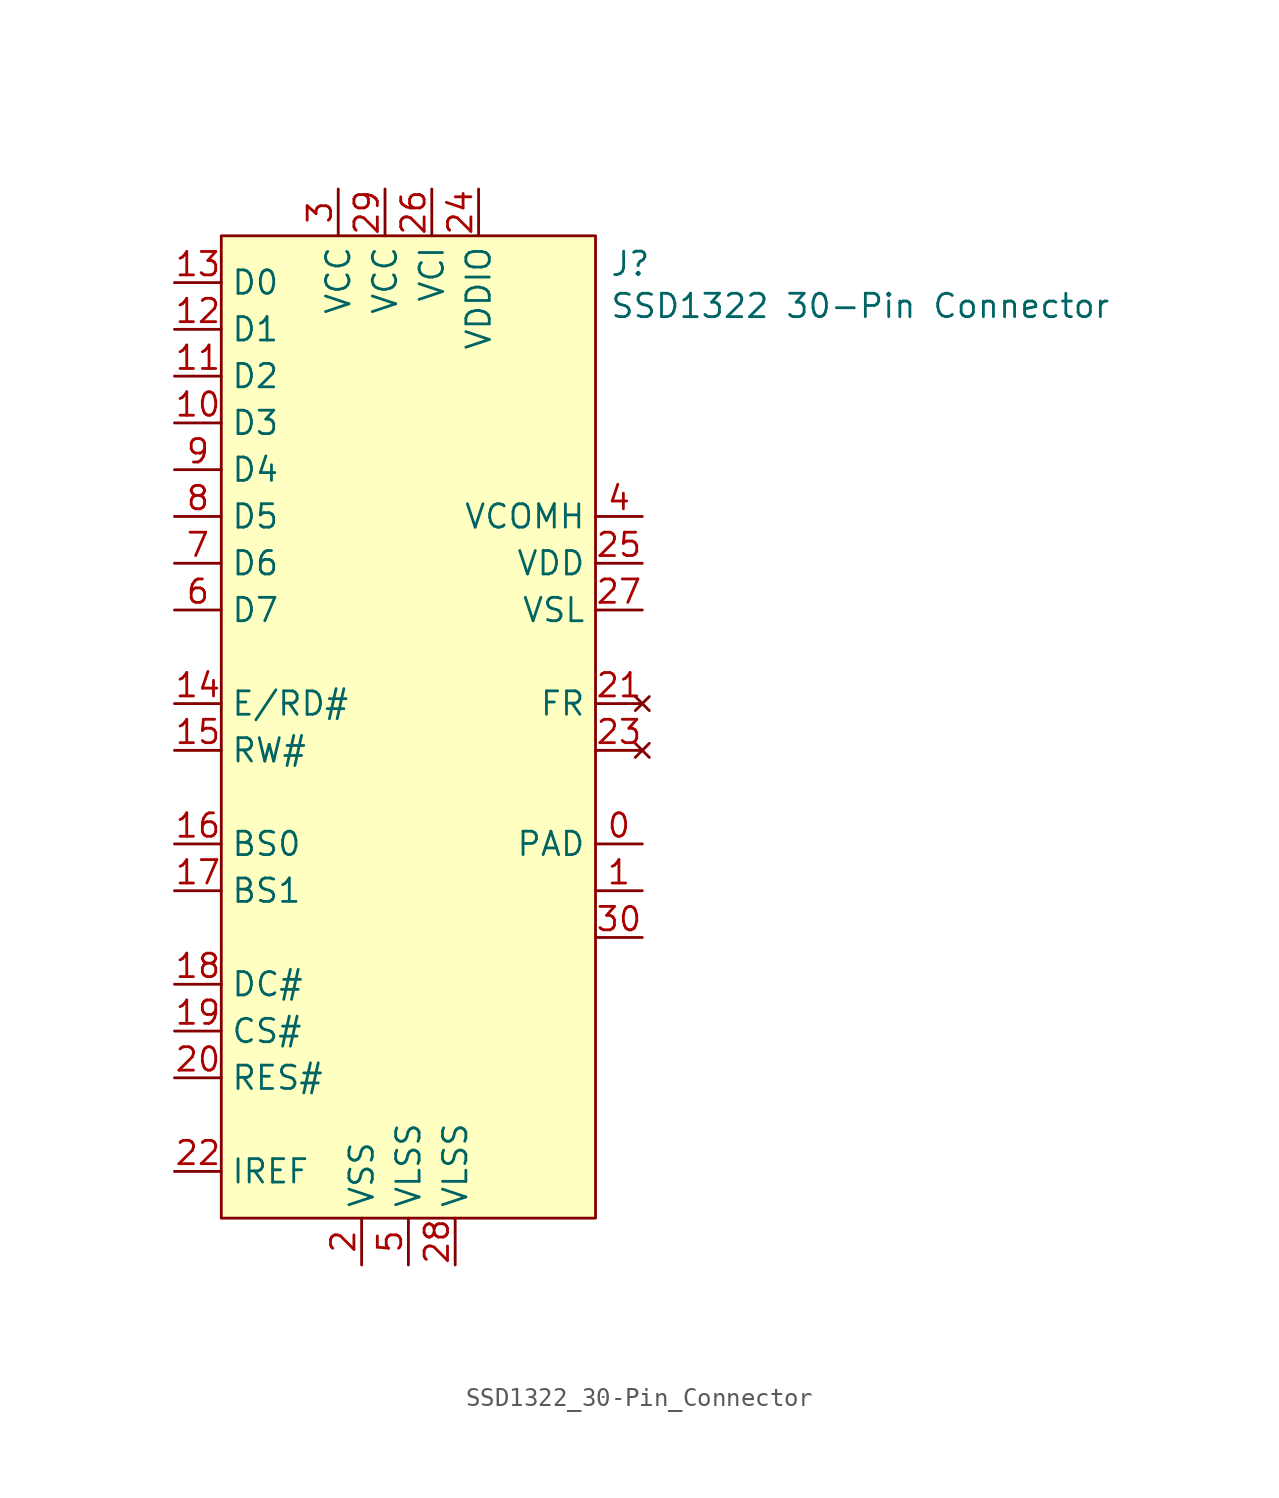
<source format=kicad_sym>
(kicad_symbol_lib
  (version 20241209)
  (generator "kicad_symbol_editor")
  (generator_version "9.0")
  (symbol "SSD1322_30-Pin_Connector"
    (property "Reference" "J"
      (at 10.922 25.146 0)
      (effects (font (size 1.27 1.27)) (justify left)))
    (property "Value" "SSD1322 30-Pin Connector"
      (at 10.922 22.86 0)
      (effects (font (size 1.27 1.27)) (justify left)))
    (symbol "SSD1322_30-Pin_Connector_0_0"
      (pin bidirectional line (at -12.7 24.13 0) (length 2.54) (name "D0" (effects (font (size 1.27 1.27)))) (number "13" (effects (font (size 1.27 1.27)))))
      (pin bidirectional line (at -12.7 21.59 0) (length 2.54) (name "D1" (effects (font (size 1.27 1.27)))) (number "12" (effects (font (size 1.27 1.27)))))
      (pin bidirectional line (at -12.7 19.05 0) (length 2.54) (name "D2" (effects (font (size 1.27 1.27)))) (number "11" (effects (font (size 1.27 1.27)))))
      (pin bidirectional line (at -12.7 16.51 0) (length 2.54) (name "D3" (effects (font (size 1.27 1.27)))) (number "10" (effects (font (size 1.27 1.27)))))
      (pin bidirectional line (at -12.7 13.97 0) (length 2.54) (name "D4" (effects (font (size 1.27 1.27)))) (number "9" (effects (font (size 1.27 1.27)))))
      (pin bidirectional line (at -12.7 11.43 0) (length 2.54) (name "D5" (effects (font (size 1.27 1.27)))) (number "8" (effects (font (size 1.27 1.27)))))
      (pin bidirectional line (at -12.7 8.89 0) (length 2.54) (name "D6" (effects (font (size 1.27 1.27)))) (number "7" (effects (font (size 1.27 1.27)))))
      (pin bidirectional line (at -12.7 6.35 0) (length 2.54) (name "D7" (effects (font (size 1.27 1.27)))) (number "6" (effects (font (size 1.27 1.27)))))
      (pin input line (at -12.7 1.27 0) (length 2.54) (name "E/RD#" (effects (font (size 1.27 1.27)))) (number "14" (effects (font (size 1.27 1.27)))))
      (pin input line (at -12.7 -1.27 0) (length 2.54) (name "RW#" (effects (font (size 1.27 1.27)))) (number "15" (effects (font (size 1.27 1.27)))))
      (pin input line (at -12.7 -6.35 0) (length 2.54) (name "BS0" (effects (font (size 1.27 1.27)))) (number "16" (effects (font (size 1.27 1.27)))))
      (pin input line (at -12.7 -8.89 0) (length 2.54) (name "BS1" (effects (font (size 1.27 1.27)))) (number "17" (effects (font (size 1.27 1.27)))))
      (pin input line (at -12.7 -13.97 0) (length 2.54) (name "DC#" (effects (font (size 1.27 1.27)))) (number "18" (effects (font (size 1.27 1.27)))))
      (pin input line (at -12.7 -16.51 0) (length 2.54) (name "CS#" (effects (font (size 1.27 1.27)))) (number "19" (effects (font (size 1.27 1.27)))))
      (pin input line (at -12.7 -19.05 0) (length 2.54) (name "RES#" (effects (font (size 1.27 1.27)))) (number "20" (effects (font (size 1.27 1.27)))))
      (pin input line (at -12.7 -24.13 0) (length 2.54) (name "IREF" (effects (font (size 1.27 1.27)))) (number "22" (effects (font (size 1.27 1.27)))))
      (pin power_in line (at -3.81 29.21 270) (length 2.54) (name "VCC" (effects (font (size 1.27 1.27)))) (number "3" (effects (font (size 1.27 1.27)))))
      (pin power_in line (at -2.54 -29.21 90) (length 2.54) (name "VSS" (effects (font (size 1.27 1.27)))) (number "2" (effects (font (size 1.27 1.27)))))
      (pin power_in line (at -1.27 29.21 270) (length 2.54) (name "VCC" (effects (font (size 1.27 1.27)))) (number "29" (effects (font (size 1.27 1.27)))))
      (pin power_in line (at 0 -29.21 90) (length 2.54) (name "VLSS" (effects (font (size 1.27 1.27)))) (number "5" (effects (font (size 1.27 1.27)))))
      (pin power_in line (at 1.27 29.21 270) (length 2.54) (name "VCI" (effects (font (size 1.27 1.27)))) (number "26" (effects (font (size 1.27 1.27)))))
      (pin power_in line (at 2.54 -29.21 90) (length 2.54) (name "VLSS" (effects (font (size 1.27 1.27)))) (number "28" (effects (font (size 1.27 1.27)))))
      (pin power_in line (at 3.81 29.21 270) (length 2.54) (name "VDDIO" (effects (font (size 1.27 1.27)))) (number "24" (effects (font (size 1.27 1.27)))))
      (pin power_out line (at 12.7 11.43 180) (length 2.54) (name "VCOMH" (effects (font (size 1.27 1.27)))) (number "4" (effects (font (size 1.27 1.27)))))
      (pin power_out line (at 12.7 8.89 180) (length 2.54) (name "VDD" (effects (font (size 1.27 1.27)))) (number "25" (effects (font (size 1.27 1.27)))))
      (pin power_out line (at 12.7 6.35 180) (length 2.54) (name "VSL" (effects (font (size 1.27 1.27)))) (number "27" (effects (font (size 1.27 1.27)))))
      (pin no_connect line (at 12.7 -1.27 180) (length 2.54) (name "" (effects (font (size 1.27 1.27)))) (number "23" (effects (font (size 1.27 1.27))))))
    (symbol "SSD1322_30-Pin_Connector_1_0"
      (pin no_connect line (at 12.7 1.27 180) (length 2.54) (name "FR" (effects (font (size 1.27 1.27)))) (number "21" (effects (font (size 1.27 1.27)))))
      (pin passive line (at 12.7 -6.35 180) (length 2.54) (name "PAD" (effects (font (size 1.27 1.27)))) (number "0" (effects (font (size 1.27 1.27)))))
      (pin passive line (at 12.7 -8.89 180) (length 2.54) (name "" (effects (font (size 1.27 1.27)))) (number "1" (effects (font (size 1.27 1.27)))))
      (pin passive line (at 12.7 -11.43 180) (length 2.54) (name "" (effects (font (size 1.27 1.27)))) (number "30" (effects (font (size 1.27 1.27))))))
    (symbol "SSD1322_30-Pin_Connector_1_1"
      (rectangle (start -10.16 26.67) (end 10.16 -26.67) (stroke (width 0) (type solid)) (fill (type background))))))
</source>
